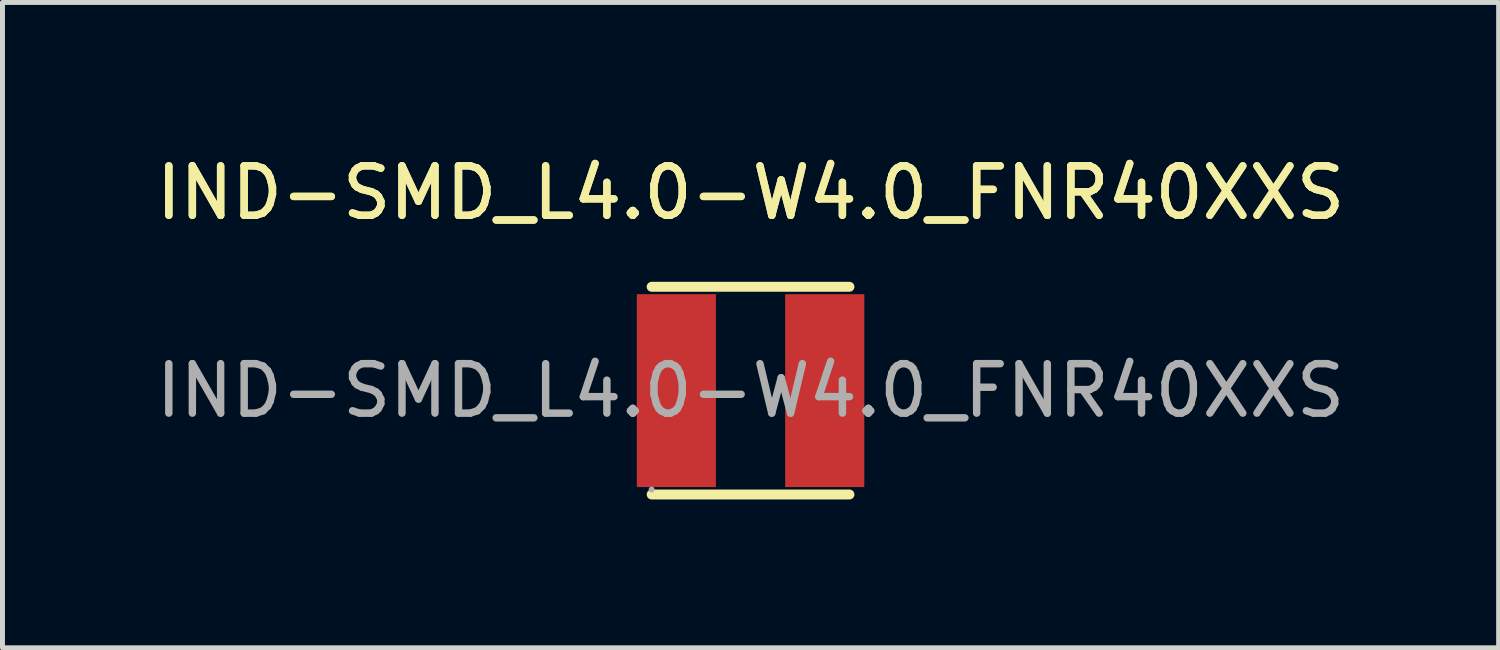
<source format=kicad_pcb>
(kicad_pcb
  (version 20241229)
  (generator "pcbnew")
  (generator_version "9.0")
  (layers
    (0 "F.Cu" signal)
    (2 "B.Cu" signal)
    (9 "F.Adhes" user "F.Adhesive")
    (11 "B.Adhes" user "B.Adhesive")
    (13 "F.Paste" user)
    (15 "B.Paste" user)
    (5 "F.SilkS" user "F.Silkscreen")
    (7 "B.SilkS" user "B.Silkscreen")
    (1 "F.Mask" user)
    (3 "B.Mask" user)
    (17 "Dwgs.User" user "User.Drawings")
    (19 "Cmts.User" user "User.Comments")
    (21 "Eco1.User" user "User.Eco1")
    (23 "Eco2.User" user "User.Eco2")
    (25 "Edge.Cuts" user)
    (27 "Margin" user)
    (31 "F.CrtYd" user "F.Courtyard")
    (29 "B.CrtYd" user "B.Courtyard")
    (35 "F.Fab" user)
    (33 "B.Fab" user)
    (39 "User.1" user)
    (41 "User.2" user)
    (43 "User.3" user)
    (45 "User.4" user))
  (footprint "IND-SMD_L4.0-W4.0_FNR40XXS"
    (layer "F.Cu")
    (at 12.125 4.848)
    (property "Reference" "IND-SMD_L4.0-W4.0_FNR40XXS" (at 0 -4 0) (layer "F.SilkS") (effects (font (size 1 1) (thickness 0.15))))
    (attr smd)
    (fp_line (start -2 -2.1) (end 2 -2.1) (stroke (width 0.2) (type solid)) (layer "F.SilkS"))
    (fp_line (start -2 2.1) (end 2 2.1) (stroke (width 0.2) (type solid)) (layer "F.SilkS"))
    (fp_circle (center -2 2) (end -1.97 2) (stroke (width 0.06) (type solid)) (fill no) (layer "F.Fab"))
    (fp_text user "${REFERENCE}" (at 0 -4 0) (layer "F.SilkS") (effects (font (size 1 1) (thickness 0.15))))
    (fp_text user "${REFERENCE}" (at 0 0 0) (layer "F.Fab") (effects (font (size 1 1) (thickness 0.15))))
    (pad "1" smd rect (at -1.5 0) (size 1.6 3.9) (layers "F.Cu" "F.Mask" "F.Paste"))
    (pad "2" smd rect (at 1.5 0) (size 1.6 3.9) (layers "F.Cu" "F.Mask" "F.Paste")))
  (gr_rect
    (start -3 -3)
    (end 27.25 10.048)
    (stroke (width 0.1) (type default))
    (fill no)
    (layer "Edge.Cuts")))
</source>
